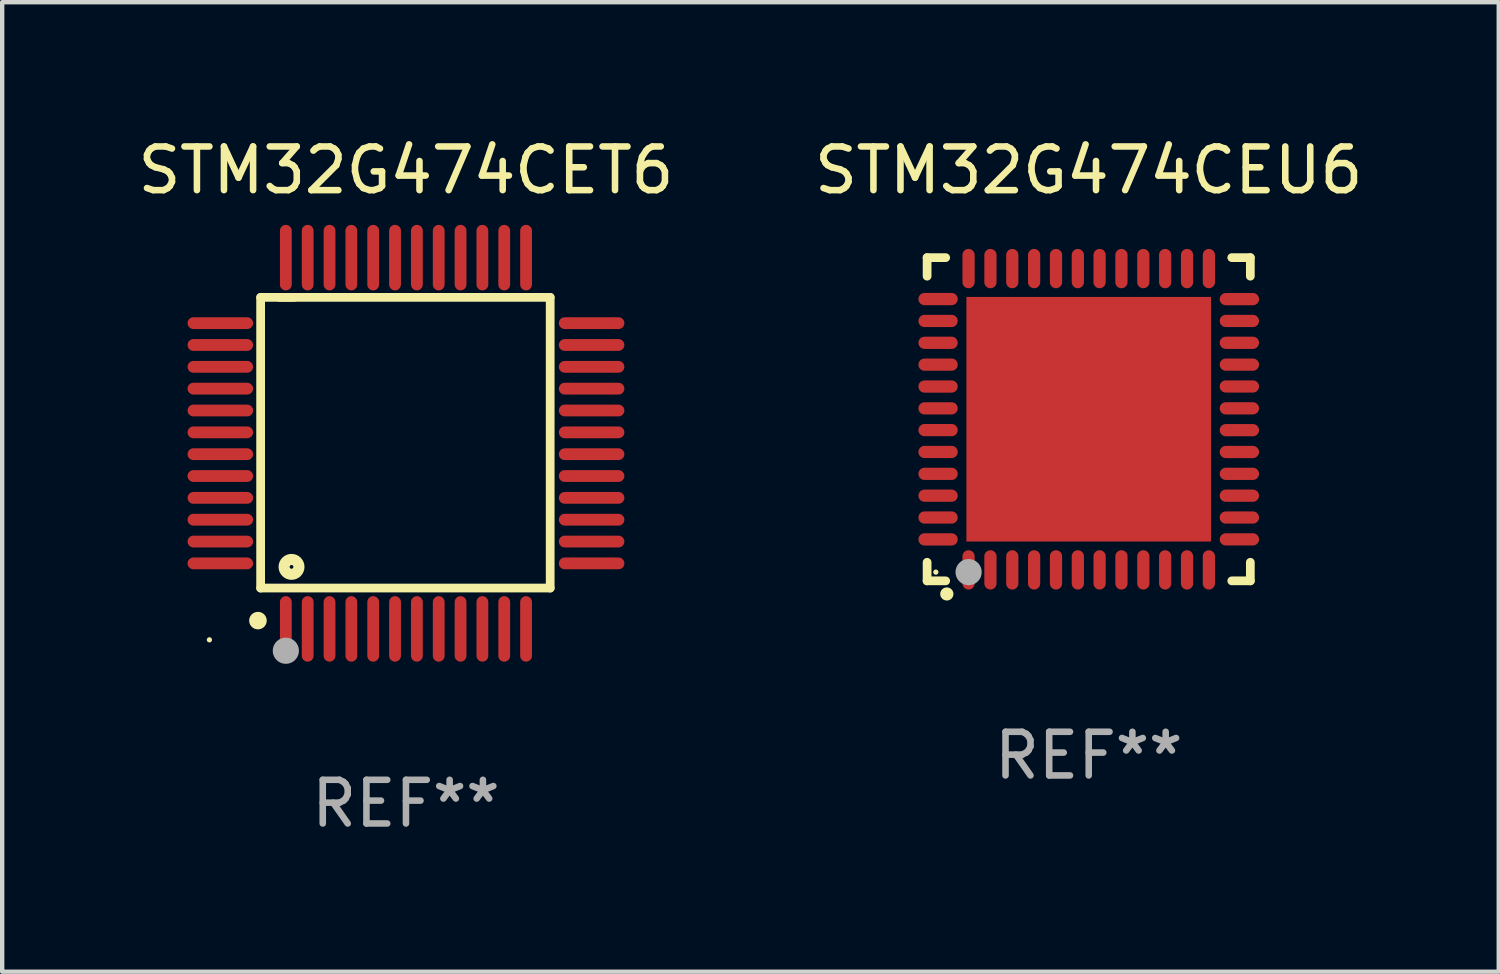
<source format=kicad_pcb>
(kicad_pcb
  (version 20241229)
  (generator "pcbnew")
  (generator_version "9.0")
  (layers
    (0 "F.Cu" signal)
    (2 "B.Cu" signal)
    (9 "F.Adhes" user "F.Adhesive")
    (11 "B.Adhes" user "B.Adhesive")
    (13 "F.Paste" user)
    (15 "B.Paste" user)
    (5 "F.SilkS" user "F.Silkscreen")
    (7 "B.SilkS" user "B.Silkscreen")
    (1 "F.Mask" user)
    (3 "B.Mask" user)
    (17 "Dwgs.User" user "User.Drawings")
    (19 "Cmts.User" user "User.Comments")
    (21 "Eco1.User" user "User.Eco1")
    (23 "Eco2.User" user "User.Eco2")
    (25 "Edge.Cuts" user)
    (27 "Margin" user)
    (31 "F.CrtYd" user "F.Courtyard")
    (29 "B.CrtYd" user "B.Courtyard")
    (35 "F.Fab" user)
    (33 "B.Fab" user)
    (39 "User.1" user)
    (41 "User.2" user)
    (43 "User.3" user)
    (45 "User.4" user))
  (footprint "STM32G474CEU6"
    (layer "F.Cu")
    (at 21.875 6.548)
    (property "Reference" "STM32G474CEU6" (at 0 -5.7 0) (layer "F.SilkS") (effects (font (size 1 1) (thickness 0.15))))
    (attr through_hole)
    (fp_line (start -3.7 -3.7) (end -3.275 -3.7) (stroke (width 0.2) (type solid)) (layer "F.SilkS"))
    (fp_line (start -3.7 -3.275) (end -3.7 -3.7) (stroke (width 0.2) (type solid)) (layer "F.SilkS"))
    (fp_line (start -3.7 3.7) (end -3.7 3.275) (stroke (width 0.2) (type solid)) (layer "F.SilkS"))
    (fp_line (start -3.275 3.7) (end -3.7 3.7) (stroke (width 0.2) (type solid)) (layer "F.SilkS"))
    (fp_line (start 3.7 -3.7) (end 3.275 -3.7) (stroke (width 0.2) (type solid)) (layer "F.SilkS"))
    (fp_line (start 3.7 -3.275) (end 3.7 -3.7) (stroke (width 0.2) (type solid)) (layer "F.SilkS"))
    (fp_line (start 3.7 3.275) (end 3.7 3.7) (stroke (width 0.2) (type solid)) (layer "F.SilkS"))
    (fp_line (start 3.7 3.7) (end 3.275 3.7) (stroke (width 0.2) (type solid)) (layer "F.SilkS"))
    (fp_arc (start -3.249936 3.999975) (mid -3.248666 3.99997) (end -3.247396 3.999975) (stroke (width 0.3) (type solid)) (layer "F.SilkS"))
    (fp_circle (center -3.5 3.5) (end -3.47 3.5) (stroke (width 0.06) (type solid)) (fill no) (layer "F.SilkS"))
    (fp_circle (center -2.75 3.5) (end -2.6 3.5) (stroke (width 0.3) (type solid)) (fill no) (layer "F.Fab"))
    (fp_text user "REF**" (at 0 7.7 0) (layer "F.Fab") (effects (font (size 1 1) (thickness 0.15))))
    (pad "1" smd oval (at -2.751 3.449) (size 0.28 0.9) (layers "F.Cu" "F.Mask" "F.Paste"))
    (pad "2" smd oval (at -2.25 3.449) (size 0.28 0.9) (layers "F.Cu" "F.Mask" "F.Paste"))
    (pad "3" smd oval (at -1.75 3.449) (size 0.28 0.9) (layers "F.Cu" "F.Mask" "F.Paste"))
    (pad "4" smd oval (at -1.25 3.449) (size 0.28 0.9) (layers "F.Cu" "F.Mask" "F.Paste"))
    (pad "5" smd oval (at -0.749 3.449) (size 0.28 0.9) (layers "F.Cu" "F.Mask" "F.Paste"))
    (pad "6" smd oval (at -0.249 3.449) (size 0.28 0.9) (layers "F.Cu" "F.Mask" "F.Paste"))
    (pad "7" smd oval (at 0.249 3.449) (size 0.28 0.9) (layers "F.Cu" "F.Mask" "F.Paste"))
    (pad "8" smd oval (at 0.749 3.449) (size 0.28 0.9) (layers "F.Cu" "F.Mask" "F.Paste"))
    (pad "9" smd oval (at 1.25 3.449) (size 0.28 0.9) (layers "F.Cu" "F.Mask" "F.Paste"))
    (pad "10" smd oval (at 1.75 3.449) (size 0.28 0.9) (layers "F.Cu" "F.Mask" "F.Paste"))
    (pad "11" smd oval (at 2.251 3.449) (size 0.28 0.9) (layers "F.Cu" "F.Mask" "F.Paste"))
    (pad "12" smd oval (at 2.751 3.449) (size 0.28 0.9) (layers "F.Cu" "F.Mask" "F.Paste"))
    (pad "13" smd oval (at 3.449 2.75) (size 0.9 0.28) (layers "F.Cu" "F.Mask" "F.Paste"))
    (pad "14" smd oval (at 3.449 2.25) (size 0.9 0.28) (layers "F.Cu" "F.Mask" "F.Paste"))
    (pad "15" smd oval (at 3.449 1.75) (size 0.9 0.28) (layers "F.Cu" "F.Mask" "F.Paste"))
    (pad "16" smd oval (at 3.449 1.25) (size 0.9 0.28) (layers "F.Cu" "F.Mask" "F.Paste"))
    (pad "17" smd oval (at 3.449 0.75) (size 0.9 0.28) (layers "F.Cu" "F.Mask" "F.Paste"))
    (pad "18" smd oval (at 3.449 0.25) (size 0.9 0.28) (layers "F.Cu" "F.Mask" "F.Paste"))
    (pad "19" smd oval (at 3.449 -0.25) (size 0.9 0.28) (layers "F.Cu" "F.Mask" "F.Paste"))
    (pad "20" smd oval (at 3.449 -0.75) (size 0.9 0.28) (layers "F.Cu" "F.Mask" "F.Paste"))
    (pad "21" smd oval (at 3.449 -1.25) (size 0.9 0.28) (layers "F.Cu" "F.Mask" "F.Paste"))
    (pad "22" smd oval (at 3.449 -1.75) (size 0.9 0.28) (layers "F.Cu" "F.Mask" "F.Paste"))
    (pad "23" smd oval (at 3.449 -2.25) (size 0.9 0.28) (layers "F.Cu" "F.Mask" "F.Paste"))
    (pad "24" smd oval (at 3.449 -2.75) (size 0.9 0.28) (layers "F.Cu" "F.Mask" "F.Paste"))
    (pad "25" smd oval (at 2.751 -3.449) (size 0.28 0.9) (layers "F.Cu" "F.Mask" "F.Paste"))
    (pad "26" smd oval (at 2.251 -3.449) (size 0.28 0.9) (layers "F.Cu" "F.Mask" "F.Paste"))
    (pad "27" smd oval (at 1.75 -3.449) (size 0.28 0.9) (layers "F.Cu" "F.Mask" "F.Paste"))
    (pad "28" smd oval (at 1.25 -3.449) (size 0.28 0.9) (layers "F.Cu" "F.Mask" "F.Paste"))
    (pad "29" smd oval (at 0.749 -3.449) (size 0.28 0.9) (layers "F.Cu" "F.Mask" "F.Paste"))
    (pad "30" smd oval (at 0.249 -3.449) (size 0.28 0.9) (layers "F.Cu" "F.Mask" "F.Paste"))
    (pad "31" smd oval (at -0.249 -3.449) (size 0.28 0.9) (layers "F.Cu" "F.Mask" "F.Paste"))
    (pad "32" smd oval (at -0.749 -3.449) (size 0.28 0.9) (layers "F.Cu" "F.Mask" "F.Paste"))
    (pad "33" smd oval (at -1.25 -3.449) (size 0.28 0.9) (layers "F.Cu" "F.Mask" "F.Paste"))
    (pad "34" smd oval (at -1.75 -3.449) (size 0.28 0.9) (layers "F.Cu" "F.Mask" "F.Paste"))
    (pad "35" smd oval (at -2.25 -3.449) (size 0.28 0.9) (layers "F.Cu" "F.Mask" "F.Paste"))
    (pad "36" smd oval (at -2.751 -3.449) (size 0.28 0.9) (layers "F.Cu" "F.Mask" "F.Paste"))
    (pad "37" smd oval (at -3.449 -2.751) (size 0.9 0.28) (layers "F.Cu" "F.Mask" "F.Paste"))
    (pad "38" smd oval (at -3.449 -2.25) (size 0.9 0.28) (layers "F.Cu" "F.Mask" "F.Paste"))
    (pad "39" smd oval (at -3.449 -1.75) (size 0.9 0.28) (layers "F.Cu" "F.Mask" "F.Paste"))
    (pad "40" smd oval (at -3.449 -1.25) (size 0.9 0.28) (layers "F.Cu" "F.Mask" "F.Paste"))
    (pad "41" smd oval (at -3.449 -0.749) (size 0.9 0.28) (layers "F.Cu" "F.Mask" "F.Paste"))
    (pad "42" smd oval (at -3.449 -0.249) (size 0.9 0.28) (layers "F.Cu" "F.Mask" "F.Paste"))
    (pad "43" smd oval (at -3.449 0.249) (size 0.9 0.28) (layers "F.Cu" "F.Mask" "F.Paste"))
    (pad "44" smd oval (at -3.449 0.749) (size 0.9 0.28) (layers "F.Cu" "F.Mask" "F.Paste"))
    (pad "45" smd oval (at -3.449 1.25) (size 0.9 0.28) (layers "F.Cu" "F.Mask" "F.Paste"))
    (pad "46" smd oval (at -3.449 1.75) (size 0.9 0.28) (layers "F.Cu" "F.Mask" "F.Paste"))
    (pad "47" smd oval (at -3.449 2.25) (size 0.9 0.28) (layers "F.Cu" "F.Mask" "F.Paste"))
    (pad "48" smd oval (at -3.449 2.751) (size 0.9 0.28) (layers "F.Cu" "F.Mask" "F.Paste"))
    (pad "49" smd rect (at 0.000076 -0.000025) (size 5.6 5.6) (layers "F.Cu" "F.Mask" "F.Paste")))
  (footprint "STM32G474CET6"
    (layer "F.Cu")
    (at 6.244 7.098)
    (property "Reference" "STM32G474CET6" (at 0 -6.25 0) (layer "F.SilkS") (effects (font (size 1 1) (thickness 0.15))))
    (attr through_hole)
    (fp_line (start -3.327 -3.34) (end -2.565 -3.34) (stroke (width 0.2) (type solid)) (layer "F.SilkS"))
    (fp_line (start -3.327 3.315) (end -3.327 -3.34) (stroke (width 0.2) (type solid)) (layer "F.SilkS"))
    (fp_line (start -2.896 -3.34) (end 3.302 -3.34) (stroke (width 0.2) (type solid)) (layer "F.SilkS"))
    (fp_line (start 3.302 -3.34) (end 3.302 3.315) (stroke (width 0.2) (type solid)) (layer "F.SilkS"))
    (fp_line (start 3.302 3.315) (end -3.327 3.315) (stroke (width 0.2) (type solid)) (layer "F.SilkS"))
    (fp_arc (start -3.389992 4.059995) (mid -3.388722 4.059991) (end -3.387452 4.059995) (stroke (width 0.4) (type solid)) (layer "F.SilkS"))
    (fp_circle (center -4.5 4.5) (end -4.47 4.5) (stroke (width 0.06) (type solid)) (fill no) (layer "F.SilkS"))
    (fp_circle (center -2.62 2.83) (end -2.45 2.83) (stroke (width 0.254) (type solid)) (fill no) (layer "F.SilkS"))
    (fp_circle (center -2.75 4.75) (end -2.6 4.75) (stroke (width 0.3) (type solid)) (fill no) (layer "F.Fab"))
    (fp_text user "REF**" (at 0 8.25 0) (layer "F.Fab") (effects (font (size 1 1) (thickness 0.15))))
    (pad "1" smd oval (at -2.75 4.25) (size 0.27 1.5) (layers "F.Cu" "F.Mask" "F.Paste"))
    (pad "2" smd oval (at -2.25 4.25) (size 0.27 1.5) (layers "F.Cu" "F.Mask" "F.Paste"))
    (pad "3" smd oval (at -1.75 4.25) (size 0.27 1.5) (layers "F.Cu" "F.Mask" "F.Paste"))
    (pad "4" smd oval (at -1.25 4.25) (size 0.27 1.5) (layers "F.Cu" "F.Mask" "F.Paste"))
    (pad "5" smd oval (at -0.75 4.25) (size 0.27 1.5) (layers "F.Cu" "F.Mask" "F.Paste"))
    (pad "6" smd oval (at -0.25 4.25) (size 0.27 1.5) (layers "F.Cu" "F.Mask" "F.Paste"))
    (pad "7" smd oval (at 0.25 4.25) (size 0.27 1.5) (layers "F.Cu" "F.Mask" "F.Paste"))
    (pad "8" smd oval (at 0.75 4.25) (size 0.27 1.5) (layers "F.Cu" "F.Mask" "F.Paste"))
    (pad "9" smd oval (at 1.25 4.25) (size 0.27 1.5) (layers "F.Cu" "F.Mask" "F.Paste"))
    (pad "10" smd oval (at 1.75 4.25) (size 0.27 1.5) (layers "F.Cu" "F.Mask" "F.Paste"))
    (pad "11" smd oval (at 2.25 4.25) (size 0.27 1.5) (layers "F.Cu" "F.Mask" "F.Paste"))
    (pad "12" smd oval (at 2.75 4.25) (size 0.27 1.5) (layers "F.Cu" "F.Mask" "F.Paste"))
    (pad "13" smd oval (at 4.25 2.75) (size 1.5 0.27) (layers "F.Cu" "F.Mask" "F.Paste"))
    (pad "14" smd oval (at 4.25 2.25) (size 1.5 0.27) (layers "F.Cu" "F.Mask" "F.Paste"))
    (pad "15" smd oval (at 4.25 1.75) (size 1.5 0.27) (layers "F.Cu" "F.Mask" "F.Paste"))
    (pad "16" smd oval (at 4.25 1.25) (size 1.5 0.27) (layers "F.Cu" "F.Mask" "F.Paste"))
    (pad "17" smd oval (at 4.25 0.75) (size 1.5 0.27) (layers "F.Cu" "F.Mask" "F.Paste"))
    (pad "18" smd oval (at 4.25 0.25) (size 1.5 0.27) (layers "F.Cu" "F.Mask" "F.Paste"))
    (pad "19" smd oval (at 4.25 -0.25) (size 1.5 0.27) (layers "F.Cu" "F.Mask" "F.Paste"))
    (pad "20" smd oval (at 4.25 -0.75) (size 1.5 0.27) (layers "F.Cu" "F.Mask" "F.Paste"))
    (pad "21" smd oval (at 4.25 -1.25) (size 1.5 0.27) (layers "F.Cu" "F.Mask" "F.Paste"))
    (pad "22" smd oval (at 4.25 -1.75) (size 1.5 0.27) (layers "F.Cu" "F.Mask" "F.Paste"))
    (pad "23" smd oval (at 4.25 -2.25) (size 1.5 0.27) (layers "F.Cu" "F.Mask" "F.Paste"))
    (pad "24" smd oval (at 4.25 -2.75) (size 1.5 0.27) (layers "F.Cu" "F.Mask" "F.Paste"))
    (pad "25" smd oval (at 2.75 -4.25) (size 0.27 1.5) (layers "F.Cu" "F.Mask" "F.Paste"))
    (pad "26" smd oval (at 2.25 -4.25) (size 0.27 1.5) (layers "F.Cu" "F.Mask" "F.Paste"))
    (pad "27" smd oval (at 1.75 -4.25) (size 0.27 1.5) (layers "F.Cu" "F.Mask" "F.Paste"))
    (pad "28" smd oval (at 1.25 -4.25) (size 0.27 1.5) (layers "F.Cu" "F.Mask" "F.Paste"))
    (pad "29" smd oval (at 0.75 -4.25) (size 0.27 1.5) (layers "F.Cu" "F.Mask" "F.Paste"))
    (pad "30" smd oval (at 0.25 -4.25) (size 0.27 1.5) (layers "F.Cu" "F.Mask" "F.Paste"))
    (pad "31" smd oval (at -0.25 -4.25) (size 0.27 1.5) (layers "F.Cu" "F.Mask" "F.Paste"))
    (pad "32" smd oval (at -0.75 -4.25) (size 0.27 1.5) (layers "F.Cu" "F.Mask" "F.Paste"))
    (pad "33" smd oval (at -1.25 -4.25) (size 0.27 1.5) (layers "F.Cu" "F.Mask" "F.Paste"))
    (pad "34" smd oval (at -1.75 -4.25) (size 0.27 1.5) (layers "F.Cu" "F.Mask" "F.Paste"))
    (pad "35" smd oval (at -2.25 -4.25) (size 0.27 1.5) (layers "F.Cu" "F.Mask" "F.Paste"))
    (pad "36" smd oval (at -2.75 -4.25) (size 0.27 1.5) (layers "F.Cu" "F.Mask" "F.Paste"))
    (pad "37" smd oval (at -4.25 -2.75) (size 1.5 0.27) (layers "F.Cu" "F.Mask" "F.Paste"))
    (pad "38" smd oval (at -4.25 -2.25) (size 1.5 0.27) (layers "F.Cu" "F.Mask" "F.Paste"))
    (pad "39" smd oval (at -4.25 -1.75) (size 1.5 0.27) (layers "F.Cu" "F.Mask" "F.Paste"))
    (pad "40" smd oval (at -4.25 -1.25) (size 1.5 0.27) (layers "F.Cu" "F.Mask" "F.Paste"))
    (pad "41" smd oval (at -4.25 -0.75) (size 1.5 0.27) (layers "F.Cu" "F.Mask" "F.Paste"))
    (pad "42" smd oval (at -4.25 -0.25) (size 1.5 0.27) (layers "F.Cu" "F.Mask" "F.Paste"))
    (pad "43" smd oval (at -4.25 0.25) (size 1.5 0.27) (layers "F.Cu" "F.Mask" "F.Paste"))
    (pad "44" smd oval (at -4.25 0.75) (size 1.5 0.27) (layers "F.Cu" "F.Mask" "F.Paste"))
    (pad "45" smd oval (at -4.25 1.25) (size 1.5 0.27) (layers "F.Cu" "F.Mask" "F.Paste"))
    (pad "46" smd oval (at -4.25 1.75) (size 1.5 0.27) (layers "F.Cu" "F.Mask" "F.Paste"))
    (pad "47" smd oval (at -4.25 2.25) (size 1.5 0.27) (layers "F.Cu" "F.Mask" "F.Paste"))
    (pad "48" smd oval (at -4.25 2.75) (size 1.5 0.27) (layers "F.Cu" "F.Mask" "F.Paste")))
  (gr_rect
    (start -3 -3)
    (end 31.262 19.196)
    (stroke (width 0.1) (type default))
    (fill no)
    (layer "Edge.Cuts")))
</source>
